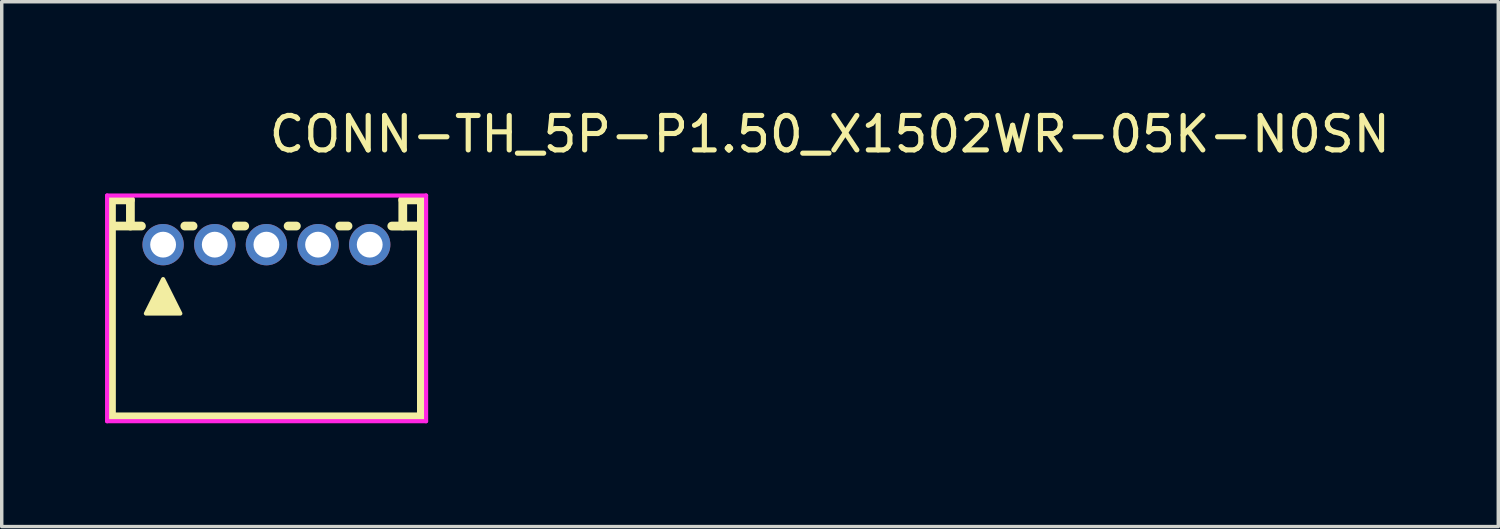
<source format=kicad_pcb>
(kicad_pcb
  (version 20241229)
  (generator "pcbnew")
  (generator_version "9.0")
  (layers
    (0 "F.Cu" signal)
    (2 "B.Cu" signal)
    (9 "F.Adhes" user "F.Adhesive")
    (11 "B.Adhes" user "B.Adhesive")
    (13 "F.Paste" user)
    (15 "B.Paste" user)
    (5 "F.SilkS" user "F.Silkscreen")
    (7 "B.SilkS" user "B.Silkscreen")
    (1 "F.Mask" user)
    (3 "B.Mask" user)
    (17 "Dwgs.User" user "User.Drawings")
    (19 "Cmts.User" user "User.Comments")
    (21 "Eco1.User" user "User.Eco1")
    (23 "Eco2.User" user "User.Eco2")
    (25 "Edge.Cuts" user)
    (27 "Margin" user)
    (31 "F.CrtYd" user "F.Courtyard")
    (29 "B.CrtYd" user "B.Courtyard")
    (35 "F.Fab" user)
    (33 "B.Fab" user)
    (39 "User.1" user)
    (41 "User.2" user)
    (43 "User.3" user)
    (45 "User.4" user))
  (footprint "CONN-TH_5P-P1.50_X1502WR-05K-N0SN"
    (layer "F.Cu")
    (at 4.687 4.055)
    (property "Reference" "CONN-TH_5P-P1.50_X1502WR-05K-N0SN" (at 0 -3.207 0) (layer "F.SilkS") (effects (font (size 1 1) (thickness 0.15)) (justify left)))
    (attr through_hole)
    (fp_line (start -4.5 -1.3) (end -3.95 -1.3) (stroke (width 0.254) (type solid)) (layer "F.SilkS"))
    (fp_line (start -4.5 -0.541) (end -3.63 -0.541) (stroke (width 0.254) (type solid)) (layer "F.SilkS"))
    (fp_line (start -4.5 5) (end -4.5 -1.3) (stroke (width 0.254) (type solid)) (layer "F.SilkS"))
    (fp_line (start -4.5 5) (end 4.5 5) (stroke (width 0.254) (type solid)) (layer "F.SilkS"))
    (fp_line (start -3.95 -1.3) (end -3.95 -0.541) (stroke (width 0.254) (type solid)) (layer "F.SilkS"))
    (fp_line (start -2.37 -0.541) (end -2.13 -0.541) (stroke (width 0.254) (type solid)) (layer "F.SilkS"))
    (fp_line (start -0.87 -0.541) (end -0.63 -0.541) (stroke (width 0.254) (type solid)) (layer "F.SilkS"))
    (fp_line (start 0.63 -0.541) (end 0.87 -0.541) (stroke (width 0.254) (type solid)) (layer "F.SilkS"))
    (fp_line (start 2.13 -0.541) (end 2.37 -0.541) (stroke (width 0.254) (type solid)) (layer "F.SilkS"))
    (fp_line (start 3.64 -0.54) (end 4.509 -0.54) (stroke (width 0.254) (type solid)) (layer "F.SilkS"))
    (fp_line (start 3.96 -1.3) (end 3.96 -0.541) (stroke (width 0.254) (type solid)) (layer "F.SilkS"))
    (fp_line (start 4.5 -1.3) (end 4.5 5) (stroke (width 0.254) (type solid)) (layer "F.SilkS"))
    (fp_line (start 4.51 -1.3) (end 3.96 -1.3) (stroke (width 0.254) (type solid)) (layer "F.SilkS"))
    (fp_poly (pts (xy -3.5 2) (xy -2.5 2) (xy -3 1)) (stroke (width 0.12) (type solid)) (fill yes) (layer "F.SilkS"))
    (fp_circle (center -4.627 5.127) (end -4.597 5.127) (stroke (width 0.06) (type solid)) (fill no) (layer "Eco2.User"))
    (fp_circle (center -3 0) (end -2.863 0) (stroke (width 0.275) (type solid)) (fill no) (layer "Eco2.User"))
    (fp_circle (center -1.5 0) (end -1.363 0) (stroke (width 0.275) (type solid)) (fill no) (layer "Eco2.User"))
    (fp_circle (center 0 0) (end 0.137 0) (stroke (width 0.275) (type solid)) (fill no) (layer "Eco2.User"))
    (fp_circle (center 1.5 0) (end 1.637 0) (stroke (width 0.275) (type solid)) (fill no) (layer "Eco2.User"))
    (fp_circle (center 3 0) (end 3.137 0) (stroke (width 0.275) (type solid)) (fill no) (layer "Eco2.User"))
    (fp_line (start -4.627 -1.427) (end 4.637 -1.427) (stroke (width 0.12) (type solid)) (layer "F.CrtYd"))
    (fp_line (start -4.627 5.127) (end -4.627 -1.427) (stroke (width 0.12) (type solid)) (layer "F.CrtYd"))
    (fp_line (start 4.637 -1.427) (end 4.637 5.127) (stroke (width 0.12) (type solid)) (layer "F.CrtYd"))
    (fp_line (start 4.637 5.127) (end -4.627 5.127) (stroke (width 0.12) (type solid)) (layer "F.CrtYd"))
    (pad "1" thru_hole circle (at -3 0) (size 1.2 1.2) (drill 0.75) (layers "*.Cu" "*.Mask"))
    (pad "2" thru_hole circle (at -1.5 0) (size 1.2 1.2) (drill 0.75) (layers "*.Cu" "*.Mask"))
    (pad "3" thru_hole circle (at 0 0) (size 1.2 1.2) (drill 0.75) (layers "*.Cu" "*.Mask"))
    (pad "4" thru_hole circle (at 1.5 0) (size 1.2 1.2) (drill 0.75) (layers "*.Cu" "*.Mask"))
    (pad "5" thru_hole circle (at 3 0) (size 1.2 1.2) (drill 0.75) (layers "*.Cu" "*.Mask")))
  (gr_rect
    (start -3 -3)
    (end 40.461 12.242)
    (stroke (width 0.1) (type default))
    (fill no)
    (layer "Edge.Cuts")))
</source>
